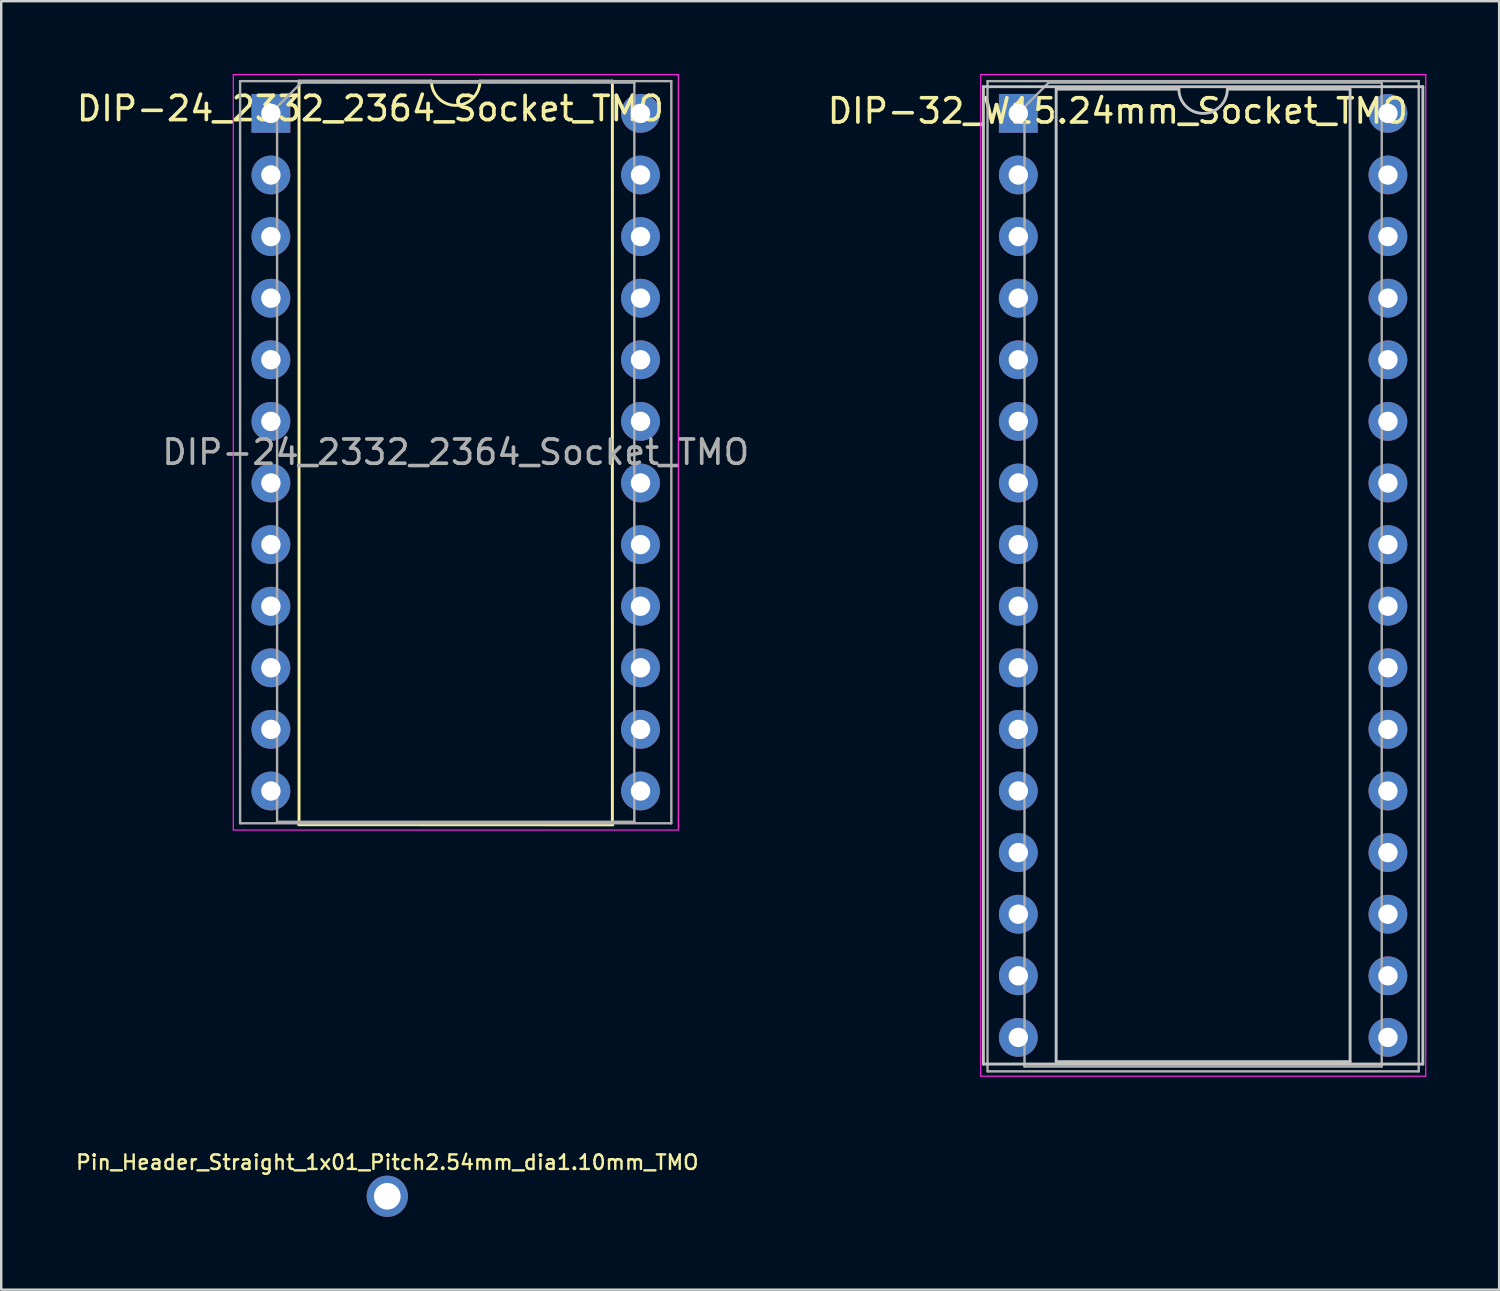
<source format=kicad_pcb>
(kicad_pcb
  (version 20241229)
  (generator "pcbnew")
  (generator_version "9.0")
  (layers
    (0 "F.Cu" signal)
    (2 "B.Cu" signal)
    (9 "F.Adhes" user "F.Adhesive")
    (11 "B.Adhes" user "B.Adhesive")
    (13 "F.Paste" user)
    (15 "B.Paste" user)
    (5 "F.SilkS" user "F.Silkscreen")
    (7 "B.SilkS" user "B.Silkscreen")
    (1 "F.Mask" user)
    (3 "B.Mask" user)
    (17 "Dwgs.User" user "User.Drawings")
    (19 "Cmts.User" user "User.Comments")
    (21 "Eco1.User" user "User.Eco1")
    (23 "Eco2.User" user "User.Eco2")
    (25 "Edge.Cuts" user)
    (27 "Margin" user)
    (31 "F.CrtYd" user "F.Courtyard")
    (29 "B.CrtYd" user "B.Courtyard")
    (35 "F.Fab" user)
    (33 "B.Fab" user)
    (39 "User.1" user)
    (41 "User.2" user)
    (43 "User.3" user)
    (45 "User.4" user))
  (footprint "DIP-32_W15.24mm_Socket_TMO"
    (layer "F.Cu")
    (at 38.938 1.625)
    (property "Reference" "DIP-32_W15.24mm_Socket_TMO" (at 4.1 -0.1 0) (layer "F.SilkS") (effects (font (size 1 1) (thickness 0.15))))
    (attr through_hole)
    (fp_line (start -1.44 -1.1) (end -1.44 39.2) (stroke (width 0.12) (type solid)) (layer "Dwgs.User"))
    (fp_line (start -1.44 39.2) (end 16.68 39.2) (stroke (width 0.12) (type solid)) (layer "Dwgs.User"))
    (fp_line (start 1.56 -1) (end 1.56 39.1) (stroke (width 0.12) (type solid)) (layer "Dwgs.User"))
    (fp_line (start 1.56 39.1) (end 13.68 39.1) (stroke (width 0.12) (type solid)) (layer "Dwgs.User"))
    (fp_line (start 6.62 -1) (end 1.56 -1) (stroke (width 0.12) (type solid)) (layer "Dwgs.User"))
    (fp_line (start 13.66 -1) (end 8.62 -1) (stroke (width 0.12) (type solid)) (layer "Dwgs.User"))
    (fp_line (start 13.68 39.1) (end 13.68 -1) (stroke (width 0.12) (type solid)) (layer "Dwgs.User"))
    (fp_line (start 16.68 -1.1) (end -1.44 -1.1) (stroke (width 0.12) (type solid)) (layer "Dwgs.User"))
    (fp_line (start 16.68 39.2) (end 16.68 -1.1) (stroke (width 0.12) (type solid)) (layer "Dwgs.User"))
    (fp_arc (start 8.62 -1) (mid 7.62 0) (end 6.62 -1) (stroke (width 0.12) (type solid)) (layer "Dwgs.User"))
    (fp_line (start -1.55 -1.6) (end -1.55 39.7) (stroke (width 0.05) (type solid)) (layer "F.CrtYd"))
    (fp_line (start -1.55 39.7) (end 16.8 39.7) (stroke (width 0.05) (type solid)) (layer "F.CrtYd"))
    (fp_line (start 16.8 -1.6) (end -1.55 -1.6) (stroke (width 0.05) (type solid)) (layer "F.CrtYd"))
    (fp_line (start 16.8 39.7) (end 16.8 -1.6) (stroke (width 0.05) (type solid)) (layer "F.CrtYd"))
    (fp_line (start -1.27 -1.33) (end -1.27 39.5) (stroke (width 0.1) (type solid)) (layer "F.Fab"))
    (fp_line (start -1.27 39.5) (end 16.51 39.5) (stroke (width 0.1) (type solid)) (layer "F.Fab"))
    (fp_line (start 0.255 -0.27) (end 1.255 -1.27) (stroke (width 0.1) (type solid)) (layer "F.Fab"))
    (fp_line (start 0.255 39.3) (end 0.255 -0.27) (stroke (width 0.1) (type solid)) (layer "F.Fab"))
    (fp_line (start 1.255 -1.27) (end 14.985 -1.27) (stroke (width 0.1) (type solid)) (layer "F.Fab"))
    (fp_line (start 14.985 -1.27) (end 14.985 39.3) (stroke (width 0.1) (type solid)) (layer "F.Fab"))
    (fp_line (start 14.985 39.3) (end 0.255 39.3) (stroke (width 0.1) (type solid)) (layer "F.Fab"))
    (fp_line (start 16.51 -1.33) (end -1.27 -1.33) (stroke (width 0.1) (type solid)) (layer "F.Fab"))
    (fp_line (start 16.51 39.5) (end 16.51 -1.33) (stroke (width 0.1) (type solid)) (layer "F.Fab"))
    (pad "1" thru_hole rect (at 0 0) (size 1.6 1.6) (drill 0.8) (layers "*.Cu" "*.Mask"))
    (pad "2" thru_hole circle (at 0 2.54) (size 1.6 1.6) (drill 0.8) (layers "*.Cu" "*.Mask"))
    (pad "3" thru_hole circle (at 0 5.08) (size 1.6 1.6) (drill 0.8) (layers "*.Cu" "*.Mask"))
    (pad "4" thru_hole circle (at 0 7.62) (size 1.6 1.6) (drill 0.8) (layers "*.Cu" "*.Mask"))
    (pad "5" thru_hole circle (at 0 10.16) (size 1.6 1.6) (drill 0.8) (layers "*.Cu" "*.Mask"))
    (pad "6" thru_hole circle (at 0 12.7) (size 1.6 1.6) (drill 0.8) (layers "*.Cu" "*.Mask"))
    (pad "7" thru_hole circle (at 0 15.24) (size 1.6 1.6) (drill 0.8) (layers "*.Cu" "*.Mask"))
    (pad "8" thru_hole circle (at 0 17.78) (size 1.6 1.6) (drill 0.8) (layers "*.Cu" "*.Mask"))
    (pad "9" thru_hole circle (at 0 20.32) (size 1.6 1.6) (drill 0.8) (layers "*.Cu" "*.Mask"))
    (pad "10" thru_hole circle (at 0 22.86) (size 1.6 1.6) (drill 0.8) (layers "*.Cu" "*.Mask"))
    (pad "11" thru_hole circle (at 0 25.4) (size 1.6 1.6) (drill 0.8) (layers "*.Cu" "*.Mask"))
    (pad "12" thru_hole circle (at 0 27.94) (size 1.6 1.6) (drill 0.8) (layers "*.Cu" "*.Mask"))
    (pad "13" thru_hole circle (at 0 30.48) (size 1.6 1.6) (drill 0.8) (layers "*.Cu" "*.Mask"))
    (pad "14" thru_hole circle (at 0 33.02) (size 1.6 1.6) (drill 0.8) (layers "*.Cu" "*.Mask"))
    (pad "15" thru_hole circle (at 0 35.56) (size 1.6 1.6) (drill 0.8) (layers "*.Cu" "*.Mask"))
    (pad "16" thru_hole circle (at 0 38.1) (size 1.6 1.6) (drill 0.8) (layers "*.Cu" "*.Mask"))
    (pad "17" thru_hole circle (at 15.24 38.1) (size 1.6 1.6) (drill 0.8) (layers "*.Cu" "*.Mask"))
    (pad "18" thru_hole circle (at 15.24 35.56) (size 1.6 1.6) (drill 0.8) (layers "*.Cu" "*.Mask"))
    (pad "19" thru_hole circle (at 15.24 33.02) (size 1.6 1.6) (drill 0.8) (layers "*.Cu" "*.Mask"))
    (pad "20" thru_hole circle (at 15.24 30.48) (size 1.6 1.6) (drill 0.8) (layers "*.Cu" "*.Mask"))
    (pad "21" thru_hole circle (at 15.24 27.94) (size 1.6 1.6) (drill 0.8) (layers "*.Cu" "*.Mask"))
    (pad "22" thru_hole circle (at 15.24 25.4) (size 1.6 1.6) (drill 0.8) (layers "*.Cu" "*.Mask"))
    (pad "23" thru_hole circle (at 15.24 22.86) (size 1.6 1.6) (drill 0.8) (layers "*.Cu" "*.Mask"))
    (pad "24" thru_hole circle (at 15.24 20.32) (size 1.6 1.6) (drill 0.8) (layers "*.Cu" "*.Mask"))
    (pad "25" thru_hole circle (at 15.24 17.78) (size 1.6 1.6) (drill 0.8) (layers "*.Cu" "*.Mask"))
    (pad "26" thru_hole circle (at 15.24 15.24) (size 1.6 1.6) (drill 0.8) (layers "*.Cu" "*.Mask"))
    (pad "27" thru_hole circle (at 15.24 12.7) (size 1.6 1.6) (drill 0.8) (layers "*.Cu" "*.Mask"))
    (pad "28" thru_hole circle (at 15.24 10.16) (size 1.6 1.6) (drill 0.8) (layers "*.Cu" "*.Mask"))
    (pad "29" thru_hole circle (at 15.24 7.62) (size 1.6 1.6) (drill 0.8) (layers "*.Cu" "*.Mask"))
    (pad "30" thru_hole circle (at 15.24 5.08) (size 1.6 1.6) (drill 0.8) (layers "*.Cu" "*.Mask"))
    (pad "31" thru_hole circle (at 15.24 2.54) (size 1.6 1.6) (drill 0.8) (layers "*.Cu" "*.Mask"))
    (pad "32" thru_hole circle (at 15.24 0) (size 1.6 1.6) (drill 0.8) (layers "*.Cu" "*.Mask")))
  (footprint "Pin_Header_Straight_1x01_Pitch2.54mm_dia1.10mm_TMO"
    (layer "F.Cu")
    (at 12.919 46.276)
    (property "Reference" "Pin_Header_Straight_1x01_Pitch2.54mm_dia1.10mm_TMO" (at 0 -1.4 0) (layer "F.SilkS") (effects (font (size 0.6 0.6) (thickness 0.1))))
    (attr through_hole)
    (pad "1" thru_hole circle (at 0 0) (size 1.7 1.7) (drill 1.1) (layers "*.Cu" "*.Mask")))
  (footprint "DIP-24_2332_2364_Socket_TMO"
    (layer "F.Cu")
    (at 8.12 1.625)
    (property "Reference" "DIP-24_2332_2364_Socket_TMO" (at 4.1 -0.2 0) (layer "F.SilkS") (effects (font (size 1 1) (thickness 0.15))))
    (attr through_hole)
    (fp_line (start 1.143 29.33) (end 14.097 29.337) (stroke (width 0.12) (type solid)) (layer "F.SilkS"))
    (fp_line (start 1.16 -1.33) (end 1.16 29.27) (stroke (width 0.12) (type solid)) (layer "F.SilkS"))
    (fp_line (start 1.16 29.27) (end 14.08 29.27) (stroke (width 0.12) (type solid)) (layer "F.SilkS"))
    (fp_line (start 6.62 -1.33) (end 1.16 -1.33) (stroke (width 0.12) (type solid)) (layer "F.SilkS"))
    (fp_line (start 14.08 -1.33) (end 8.62 -1.33) (stroke (width 0.12) (type solid)) (layer "F.SilkS"))
    (fp_line (start 14.08 29.27) (end 14.08 -1.33) (stroke (width 0.12) (type solid)) (layer "F.SilkS"))
    (fp_arc (start 8.62 -1.33) (mid 7.62 -0.33) (end 6.62 -1.33) (stroke (width 0.12) (type solid)) (layer "F.SilkS"))
    (fp_line (start -1.55 -1.6) (end -1.55 29.55) (stroke (width 0.05) (type solid)) (layer "F.CrtYd"))
    (fp_line (start -1.55 29.55) (end 16.8 29.55) (stroke (width 0.05) (type solid)) (layer "F.CrtYd"))
    (fp_line (start 16.8 -1.6) (end -1.55 -1.6) (stroke (width 0.05) (type solid)) (layer "F.CrtYd"))
    (fp_line (start 16.8 29.55) (end 16.8 -1.6) (stroke (width 0.05) (type solid)) (layer "F.CrtYd"))
    (fp_line (start -1.27 -1.33) (end -1.27 29.27) (stroke (width 0.1) (type solid)) (layer "F.Fab"))
    (fp_line (start -1.27 29.27) (end 16.51 29.27) (stroke (width 0.1) (type solid)) (layer "F.Fab"))
    (fp_line (start 0.255 -0.27) (end 1.255 -1.27) (stroke (width 0.1) (type solid)) (layer "F.Fab"))
    (fp_line (start 0.255 29.21) (end 0.255 -0.27) (stroke (width 0.1) (type solid)) (layer "F.Fab"))
    (fp_line (start 1.255 -1.27) (end 14.986 -1.27) (stroke (width 0.1) (type solid)) (layer "F.Fab"))
    (fp_line (start 14.985 -1.27) (end 14.985 29.21) (stroke (width 0.1) (type solid)) (layer "F.Fab"))
    (fp_line (start 14.985 29.21) (end 0.255 29.21) (stroke (width 0.1) (type solid)) (layer "F.Fab"))
    (fp_line (start 16.51 -1.33) (end -1.27 -1.33) (stroke (width 0.1) (type solid)) (layer "F.Fab"))
    (fp_line (start 16.51 29.27) (end 16.51 -1.33) (stroke (width 0.1) (type solid)) (layer "F.Fab"))
    (fp_text user "${REFERENCE}" (at 7.62 13.97 0) (layer "F.Fab") (effects (font (size 1 1) (thickness 0.15))))
    (pad "1" thru_hole rect (at 0 0) (size 1.6 1.6) (drill 0.8) (layers "*.Cu" "*.Mask"))
    (pad "2" thru_hole oval (at 0 2.54) (size 1.6 1.6) (drill 0.8) (layers "*.Cu" "*.Mask"))
    (pad "3" thru_hole oval (at 0 5.08) (size 1.6 1.6) (drill 0.8) (layers "*.Cu" "*.Mask"))
    (pad "4" thru_hole oval (at 0 7.62) (size 1.6 1.6) (drill 0.8) (layers "*.Cu" "*.Mask"))
    (pad "5" thru_hole oval (at 0 10.16) (size 1.6 1.6) (drill 0.8) (layers "*.Cu" "*.Mask"))
    (pad "6" thru_hole oval (at 0 12.7) (size 1.6 1.6) (drill 0.8) (layers "*.Cu" "*.Mask"))
    (pad "7" thru_hole oval (at 0 15.24) (size 1.6 1.6) (drill 0.8) (layers "*.Cu" "*.Mask"))
    (pad "8" thru_hole oval (at 0 17.78) (size 1.6 1.6) (drill 0.8) (layers "*.Cu" "*.Mask"))
    (pad "9" thru_hole oval (at 0 20.32) (size 1.6 1.6) (drill 0.8) (layers "*.Cu" "*.Mask"))
    (pad "10" thru_hole oval (at 0 22.86) (size 1.6 1.6) (drill 0.8) (layers "*.Cu" "*.Mask"))
    (pad "11" thru_hole oval (at 0 25.4) (size 1.6 1.6) (drill 0.8) (layers "*.Cu" "*.Mask"))
    (pad "12" thru_hole oval (at 0 27.94) (size 1.6 1.6) (drill 0.8) (layers "*.Cu" "*.Mask"))
    (pad "13" thru_hole oval (at 15.24 27.94) (size 1.6 1.6) (drill 0.8) (layers "*.Cu" "*.Mask"))
    (pad "14" thru_hole oval (at 15.24 25.4) (size 1.6 1.6) (drill 0.8) (layers "*.Cu" "*.Mask"))
    (pad "15" thru_hole oval (at 15.24 22.86) (size 1.6 1.6) (drill 0.8) (layers "*.Cu" "*.Mask"))
    (pad "16" thru_hole oval (at 15.24 20.32) (size 1.6 1.6) (drill 0.8) (layers "*.Cu" "*.Mask"))
    (pad "17" thru_hole oval (at 15.24 17.78) (size 1.6 1.6) (drill 0.8) (layers "*.Cu" "*.Mask"))
    (pad "18" thru_hole oval (at 15.24 15.24) (size 1.6 1.6) (drill 0.8) (layers "*.Cu" "*.Mask"))
    (pad "19" thru_hole oval (at 15.24 12.7) (size 1.6 1.6) (drill 0.8) (layers "*.Cu" "*.Mask"))
    (pad "20" thru_hole oval (at 15.24 10.16) (size 1.6 1.6) (drill 0.8) (layers "*.Cu" "*.Mask"))
    (pad "21" thru_hole oval (at 15.24 7.62) (size 1.6 1.6) (drill 0.8) (layers "*.Cu" "*.Mask"))
    (pad "22" thru_hole oval (at 15.24 5.08) (size 1.6 1.6) (drill 0.8) (layers "*.Cu" "*.Mask"))
    (pad "23" thru_hole oval (at 15.24 2.54) (size 1.6 1.6) (drill 0.8) (layers "*.Cu" "*.Mask"))
    (pad "24" thru_hole oval (at 15.24 0) (size 1.6 1.6) (drill 0.8) (layers "*.Cu" "*.Mask")))
  (gr_rect
    (start -3 -3)
    (end 58.763 50.127)
    (stroke (width 0.1) (type default))
    (fill no)
    (layer "Edge.Cuts")))
</source>
